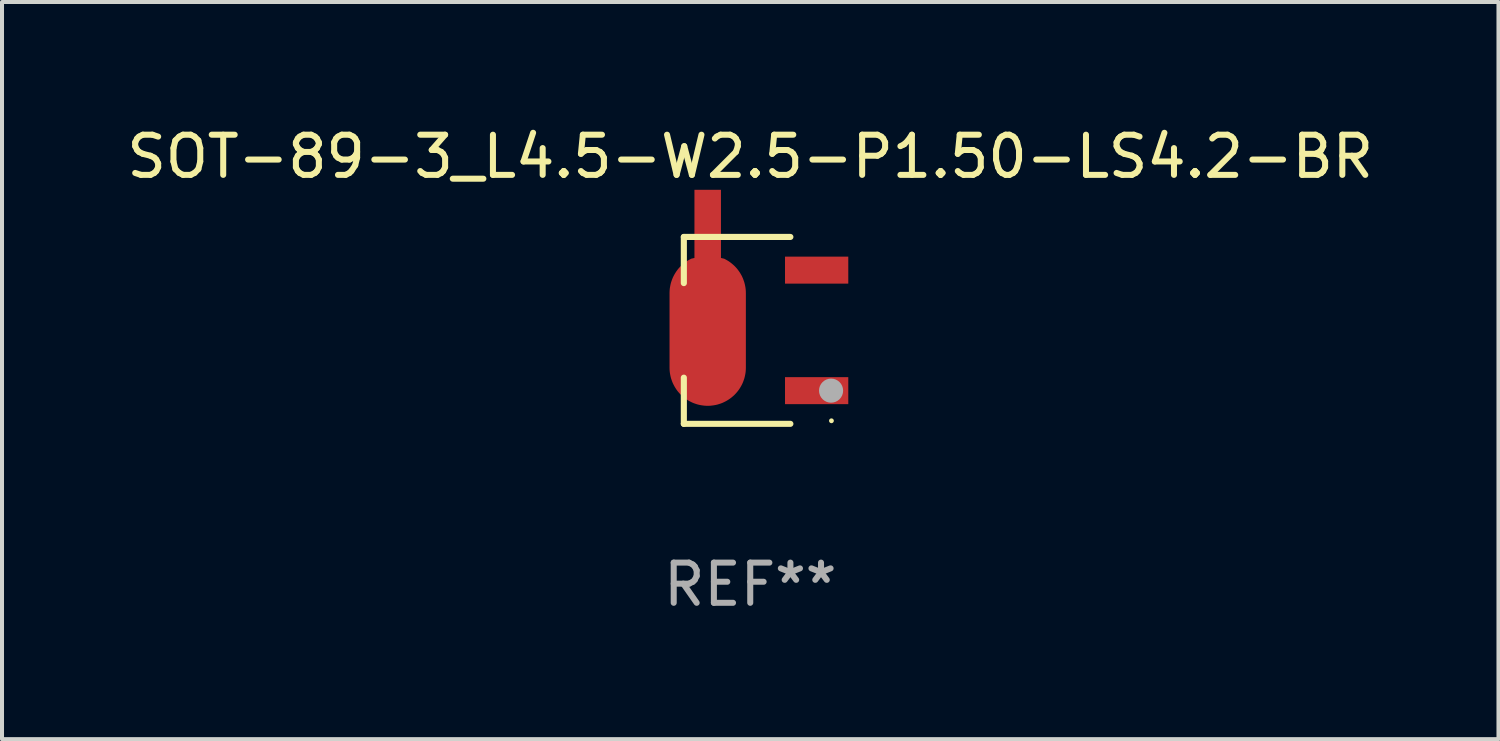
<source format=kicad_pcb>
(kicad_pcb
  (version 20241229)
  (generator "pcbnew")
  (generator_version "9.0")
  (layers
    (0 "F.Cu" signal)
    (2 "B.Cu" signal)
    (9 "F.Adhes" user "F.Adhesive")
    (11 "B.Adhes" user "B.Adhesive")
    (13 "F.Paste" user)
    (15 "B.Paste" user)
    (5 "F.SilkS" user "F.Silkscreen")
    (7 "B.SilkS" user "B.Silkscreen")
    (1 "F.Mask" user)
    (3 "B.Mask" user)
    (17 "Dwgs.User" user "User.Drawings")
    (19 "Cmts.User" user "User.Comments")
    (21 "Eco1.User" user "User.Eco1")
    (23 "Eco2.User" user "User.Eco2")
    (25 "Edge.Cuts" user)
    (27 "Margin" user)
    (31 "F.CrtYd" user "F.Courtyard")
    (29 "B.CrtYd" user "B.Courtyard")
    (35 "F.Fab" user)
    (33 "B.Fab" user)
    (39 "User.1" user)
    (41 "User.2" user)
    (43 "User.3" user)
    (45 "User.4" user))
  (footprint "SOT-89-3_L4.5-W2.5-P1.50-LS4.2-BR"
    (layer "F.Cu")
    (at 15.625 5.174)
    (property "Reference" "SOT-89-3_L4.5-W2.5-P1.50-LS4.2-BR" (at 0 -4.326 0) (layer "F.SilkS") (effects (font (size 1 1) (thickness 0.15))))
    (attr through_hole)
    (fp_line (start -1.653 -2.326) (end -1.653 -1.177) (stroke (width 0.152) (type solid)) (layer "F.SilkS"))
    (fp_line (start -1.653 2.326) (end -1.653 1.177) (stroke (width 0.152) (type solid)) (layer "F.SilkS"))
    (fp_line (start 0.999 -2.326) (end -1.653 -2.326) (stroke (width 0.152) (type solid)) (layer "F.SilkS"))
    (fp_line (start 0.999 2.326) (end -1.653 2.326) (stroke (width 0.152) (type solid)) (layer "F.SilkS"))
    (fp_circle (center 2.021 2.25) (end 2.051 2.25) (stroke (width 0.06) (type solid)) (fill no) (layer "F.SilkS"))
    (fp_circle (center 2.012 1.5) (end 2.162 1.5) (stroke (width 0.3) (type solid)) (fill no) (layer "F.Fab"))
    (fp_text user "REF**" (at 0 6.326 0) (layer "F.Fab") (effects (font (size 1 1) (thickness 0.15))))
    (pad "1" smd rect (at 1.653 1.5) (size 1.575 0.672) (layers "F.Cu" "F.Mask" "F.Paste"))
    (pad "2" smd custom (at -1.059 0.000254 90) (size 1.9 5.377) (layers "F.Cu" "F.Mask" "F.Paste") (options (anchor circle)) (primitives (gr_poly (pts (xy -0.927 -0.95) (xy 0.927 -0.95) (xy 0.972 -0.949) (xy 1.016 -0.946) (xy 1.06 -0.941) (xy 1.104 -0.933) (xy 1.148 -0.924) (xy 1.191 -0.913) (xy 1.233 -0.899) (xy 1.275 -0.884) (xy 1.316 -0.867) (xy 1.357 -0.847) (xy 1.396 -0.826) (xy 1.434 -0.803) (xy 1.471 -0.779) (xy 1.507 -0.753) (xy 1.542 -0.725) (xy 1.575 -0.695) (xy 1.607 -0.664) (xy 1.637 -0.631) (xy 1.666 -0.597) (xy 1.693 -0.562) (xy 1.719 -0.525) (xy 1.742 -0.488) (xy 1.764 -0.449) (xy 1.785 -0.409) (xy 1.803 -0.33) (xy 3.5 -0.33) (xy 3.5 0.33) (xy 1.803 0.33) (xy 1.785 0.409) (xy 1.764 0.449) (xy 1.742 0.488) (xy 1.719 0.526) (xy 1.693 0.562) (xy 1.666 0.597) (xy 1.637 0.631) (xy 1.607 0.664) (xy 1.575 0.695) (xy 1.542 0.725) (xy 1.507 0.753) (xy 1.471 0.779) (xy 1.434 0.804) (xy 1.396 0.826) (xy 1.357 0.848) (xy 1.316 0.867) (xy 1.275 0.884) (xy 1.233 0.899) (xy 1.191 0.913) (xy 1.148 0.924) (xy 1.104 0.933) (xy 1.06 0.941) (xy 1.016 0.946) (xy 0.972 0.949) (xy 0.927 0.95) (xy -0.927 0.95) (xy -0.972 0.949) (xy -1.016 0.946) (xy -1.06 0.941) (xy -1.104 0.933) (xy -1.148 0.924) (xy -1.191 0.913) (xy -1.233 0.899) (xy -1.275 0.884) (xy -1.316 0.867) (xy -1.356 0.848) (xy -1.396 0.826) (xy -1.434 0.804) (xy -1.471 0.779) (xy -1.507 0.753) (xy -1.541 0.725) (xy -1.575 0.695) (xy -1.607 0.664) (xy -1.637 0.631) (xy -1.666 0.597) (xy -1.693 0.562) (xy -1.718 0.526) (xy -1.742 0.488) (xy -1.764 0.449) (xy -1.784 0.409) (xy -1.803 0.369) (xy -1.819 0.327) (xy -1.833 0.285) (xy -1.846 0.242) (xy -1.856 0.199) (xy -1.864 0.155) (xy -1.87 0.111) (xy -1.875 0.067) (xy -1.877 0.022) (xy -1.877 -0.022) (xy -1.875 -0.067) (xy -1.87 -0.111) (xy -1.864 -0.155) (xy -1.856 -0.199) (xy -1.846 -0.242) (xy -1.833 -0.285) (xy -1.819 -0.327) (xy -1.803 -0.369) (xy -1.784 -0.409) (xy -1.764 -0.449) (xy -1.742 -0.488) (xy -1.718 -0.525) (xy -1.693 -0.562) (xy -1.666 -0.597) (xy -1.637 -0.631) (xy -1.607 -0.664) (xy -1.575 -0.695) (xy -1.541 -0.725) (xy -1.507 -0.753) (xy -1.471 -0.779) (xy -1.434 -0.803) (xy -1.396 -0.826) (xy -1.356 -0.847) (xy -1.316 -0.867) (xy -1.275 -0.884) (xy -1.233 -0.899) (xy -1.191 -0.913) (xy -1.148 -0.924) (xy -1.104 -0.933) (xy -1.06 -0.941) (xy -1.016 -0.946) (xy -0.972 -0.949) (xy -0.927 -0.95)) (width 0) (fill yes))))
    (pad "3" smd rect (at 1.653 -1.5) (size 1.575 0.672) (layers "F.Cu" "F.Mask" "F.Paste")))
  (gr_rect
    (start -3 -3)
    (end 34.25 15.349)
    (stroke (width 0.1) (type default))
    (fill no)
    (layer "Edge.Cuts")))
</source>
